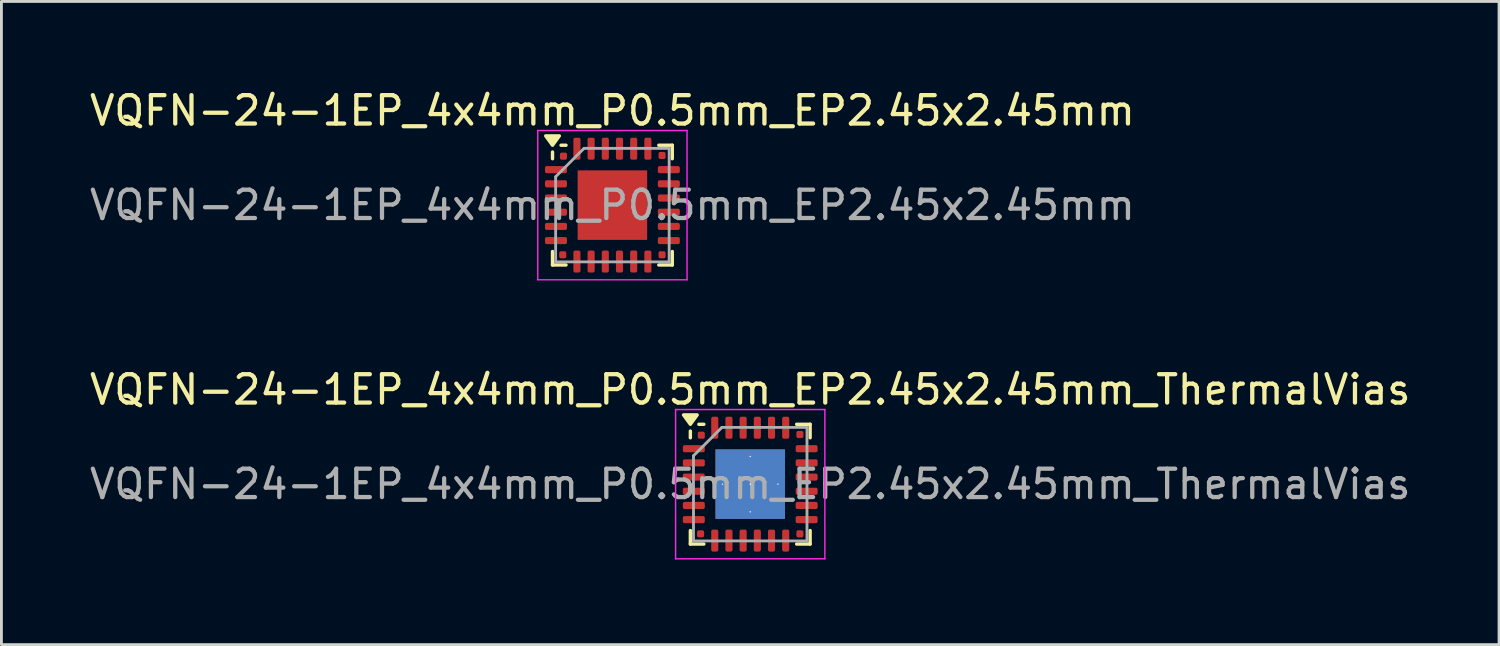
<source format=kicad_pcb>
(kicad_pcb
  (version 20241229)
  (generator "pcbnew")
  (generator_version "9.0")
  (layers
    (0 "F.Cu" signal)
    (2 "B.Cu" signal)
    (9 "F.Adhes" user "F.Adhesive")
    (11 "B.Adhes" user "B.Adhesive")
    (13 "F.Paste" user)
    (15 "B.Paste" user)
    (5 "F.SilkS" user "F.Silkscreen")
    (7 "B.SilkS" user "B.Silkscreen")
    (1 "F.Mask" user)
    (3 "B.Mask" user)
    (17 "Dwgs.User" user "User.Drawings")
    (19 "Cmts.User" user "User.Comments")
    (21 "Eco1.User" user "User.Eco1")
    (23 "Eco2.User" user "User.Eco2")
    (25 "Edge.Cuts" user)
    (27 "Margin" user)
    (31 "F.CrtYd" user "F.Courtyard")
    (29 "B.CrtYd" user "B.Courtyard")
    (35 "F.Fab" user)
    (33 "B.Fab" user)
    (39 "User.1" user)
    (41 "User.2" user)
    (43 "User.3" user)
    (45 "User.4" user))
  (footprint "VQFN-24-1EP_4x4mm_P0.5mm_EP2.45x2.45mm"
    (layer "F.Cu")
    (at 18.53 4.178)
    (property "Reference" "VQFN-24-1EP_4x4mm_P0.5mm_EP2.45x2.45mm" (at 0 -3.33 0) (layer "F.SilkS") (effects (font (size 1 1) (thickness 0.15))))
    (attr smd)
    (fp_line (start -2.11 -1.635) (end -2.11 -1.87) (stroke (width 0.12) (type solid)) (layer "F.SilkS"))
    (fp_line (start -2.11 2.11) (end -2.11 1.635) (stroke (width 0.12) (type solid)) (layer "F.SilkS"))
    (fp_line (start -1.635 -2.11) (end -1.81 -2.11) (stroke (width 0.12) (type solid)) (layer "F.SilkS"))
    (fp_line (start -1.635 2.11) (end -2.11 2.11) (stroke (width 0.12) (type solid)) (layer "F.SilkS"))
    (fp_line (start 1.635 -2.11) (end 2.11 -2.11) (stroke (width 0.12) (type solid)) (layer "F.SilkS"))
    (fp_line (start 1.635 2.11) (end 2.11 2.11) (stroke (width 0.12) (type solid)) (layer "F.SilkS"))
    (fp_line (start 2.11 -2.11) (end 2.11 -1.635) (stroke (width 0.12) (type solid)) (layer "F.SilkS"))
    (fp_line (start 2.11 2.11) (end 2.11 1.635) (stroke (width 0.12) (type solid)) (layer "F.SilkS"))
    (fp_poly (pts (xy -2.11 -2.11) (xy -2.35 -2.44) (xy -1.87 -2.44) (xy -2.11 -2.11)) (stroke (width 0.12) (type solid)) (fill yes) (layer "F.SilkS"))
    (fp_line (start -2.63 -2.63) (end -2.63 2.63) (stroke (width 0.05) (type solid)) (layer "F.CrtYd"))
    (fp_line (start -2.63 2.63) (end 2.63 2.63) (stroke (width 0.05) (type solid)) (layer "F.CrtYd"))
    (fp_line (start 2.63 -2.63) (end -2.63 -2.63) (stroke (width 0.05) (type solid)) (layer "F.CrtYd"))
    (fp_line (start 2.63 2.63) (end 2.63 -2.63) (stroke (width 0.05) (type solid)) (layer "F.CrtYd"))
    (fp_line (start -2 -1) (end -1 -2) (stroke (width 0.1) (type solid)) (layer "F.Fab"))
    (fp_line (start -2 2) (end -2 -1) (stroke (width 0.1) (type solid)) (layer "F.Fab"))
    (fp_line (start -1 -2) (end 2 -2) (stroke (width 0.1) (type solid)) (layer "F.Fab"))
    (fp_line (start 2 -2) (end 2 2) (stroke (width 0.1) (type solid)) (layer "F.Fab"))
    (fp_line (start 2 2) (end -2 2) (stroke (width 0.1) (type solid)) (layer "F.Fab"))
    (fp_text user "${REFERENCE}" (at 0 0 0) (layer "F.Fab") (effects (font (size 1 1) (thickness 0.15))))
    (pad "" smd roundrect (at -0.82 -0.82) (size 0.66 0.66) (layers "F.Paste") (roundrect_rratio 0.25))
    (pad "" smd roundrect (at -0.82 0) (size 0.66 0.66) (layers "F.Paste") (roundrect_rratio 0.25))
    (pad "" smd roundrect (at -0.82 0.82) (size 0.66 0.66) (layers "F.Paste") (roundrect_rratio 0.25))
    (pad "" smd roundrect (at 0 -0.82) (size 0.66 0.66) (layers "F.Paste") (roundrect_rratio 0.25))
    (pad "" smd roundrect (at 0 0) (size 0.66 0.66) (layers "F.Paste") (roundrect_rratio 0.25))
    (pad "" smd roundrect (at 0 0.82) (size 0.66 0.66) (layers "F.Paste") (roundrect_rratio 0.25))
    (pad "" smd roundrect (at 0.82 -0.82) (size 0.66 0.66) (layers "F.Paste") (roundrect_rratio 0.25))
    (pad "" smd roundrect (at 0.82 0) (size 0.66 0.66) (layers "F.Paste") (roundrect_rratio 0.25))
    (pad "" smd roundrect (at 0.82 0.82) (size 0.66 0.66) (layers "F.Paste") (roundrect_rratio 0.25))
    (pad "1" smd roundrect (at -1.988 -1.25) (size 0.775 0.25) (layers "F.Cu" "F.Mask" "F.Paste") (roundrect_rratio 0.25))
    (pad "2" smd roundrect (at -1.988 -0.75) (size 0.775 0.25) (layers "F.Cu" "F.Mask" "F.Paste") (roundrect_rratio 0.25))
    (pad "3" smd roundrect (at -1.988 -0.25) (size 0.775 0.25) (layers "F.Cu" "F.Mask" "F.Paste") (roundrect_rratio 0.25))
    (pad "4" smd roundrect (at -1.988 0.25) (size 0.775 0.25) (layers "F.Cu" "F.Mask" "F.Paste") (roundrect_rratio 0.25))
    (pad "5" smd roundrect (at -1.988 0.75) (size 0.775 0.25) (layers "F.Cu" "F.Mask" "F.Paste") (roundrect_rratio 0.25))
    (pad "6" smd roundrect (at -1.988 1.25) (size 0.775 0.25) (layers "F.Cu" "F.Mask" "F.Paste") (roundrect_rratio 0.25))
    (pad "7" smd roundrect (at -1.25 1.988) (size 0.25 0.775) (layers "F.Cu" "F.Mask" "F.Paste") (roundrect_rratio 0.25))
    (pad "8" smd roundrect (at -0.75 1.988) (size 0.25 0.775) (layers "F.Cu" "F.Mask" "F.Paste") (roundrect_rratio 0.25))
    (pad "9" smd roundrect (at -0.25 1.988) (size 0.25 0.775) (layers "F.Cu" "F.Mask" "F.Paste") (roundrect_rratio 0.25))
    (pad "10" smd roundrect (at 0.25 1.988) (size 0.25 0.775) (layers "F.Cu" "F.Mask" "F.Paste") (roundrect_rratio 0.25))
    (pad "11" smd roundrect (at 0.75 1.988) (size 0.25 0.775) (layers "F.Cu" "F.Mask" "F.Paste") (roundrect_rratio 0.25))
    (pad "12" smd roundrect (at 1.25 1.988) (size 0.25 0.775) (layers "F.Cu" "F.Mask" "F.Paste") (roundrect_rratio 0.25))
    (pad "13" smd roundrect (at 1.988 1.25) (size 0.775 0.25) (layers "F.Cu" "F.Mask" "F.Paste") (roundrect_rratio 0.25))
    (pad "14" smd roundrect (at 1.988 0.75) (size 0.775 0.25) (layers "F.Cu" "F.Mask" "F.Paste") (roundrect_rratio 0.25))
    (pad "15" smd roundrect (at 1.988 0.25) (size 0.775 0.25) (layers "F.Cu" "F.Mask" "F.Paste") (roundrect_rratio 0.25))
    (pad "16" smd roundrect (at 1.988 -0.25) (size 0.775 0.25) (layers "F.Cu" "F.Mask" "F.Paste") (roundrect_rratio 0.25))
    (pad "17" smd roundrect (at 1.988 -0.75) (size 0.775 0.25) (layers "F.Cu" "F.Mask" "F.Paste") (roundrect_rratio 0.25))
    (pad "18" smd roundrect (at 1.988 -1.25) (size 0.775 0.25) (layers "F.Cu" "F.Mask" "F.Paste") (roundrect_rratio 0.25))
    (pad "19" smd roundrect (at 1.25 -1.988) (size 0.25 0.775) (layers "F.Cu" "F.Mask" "F.Paste") (roundrect_rratio 0.25))
    (pad "20" smd roundrect (at 0.75 -1.988) (size 0.25 0.775) (layers "F.Cu" "F.Mask" "F.Paste") (roundrect_rratio 0.25))
    (pad "21" smd roundrect (at 0.25 -1.988) (size 0.25 0.775) (layers "F.Cu" "F.Mask" "F.Paste") (roundrect_rratio 0.25))
    (pad "22" smd roundrect (at -0.25 -1.988) (size 0.25 0.775) (layers "F.Cu" "F.Mask" "F.Paste") (roundrect_rratio 0.25))
    (pad "23" smd roundrect (at -0.75 -1.988) (size 0.25 0.775) (layers "F.Cu" "F.Mask" "F.Paste") (roundrect_rratio 0.25))
    (pad "24" smd roundrect (at -1.25 -1.988) (size 0.25 0.775) (layers "F.Cu" "F.Mask" "F.Paste") (roundrect_rratio 0.25))
    (pad "25" smd rect (at 0 0) (size 2.45 2.45) (property pad_prop_heatsink) (layers "F.Cu" "F.Mask"))
    (pad "A1" smd roundrect (at -1.725 -1.725) (size 0.25 0.25) (layers "F.Cu" "F.Mask" "F.Paste") (roundrect_rratio 0.25))
    (pad "A2" smd roundrect (at -1.75 1.75) (size 0.25 0.25) (layers "F.Cu" "F.Mask" "F.Paste") (roundrect_rratio 0.25))
    (pad "A3" smd roundrect (at 1.75 1.75) (size 0.25 0.25) (layers "F.Cu" "F.Mask" "F.Paste") (roundrect_rratio 0.25))
    (pad "A4" smd roundrect (at 1.75 -1.75) (size 0.25 0.25) (layers "F.Cu" "F.Mask" "F.Paste") (roundrect_rratio 0.25)))
  (footprint "VQFN-24-1EP_4x4mm_P0.5mm_EP2.45x2.45mm_ThermalVias"
    (layer "F.Cu")
    (at 23.387 14.011)
    (property "Reference" "VQFN-24-1EP_4x4mm_P0.5mm_EP2.45x2.45mm_ThermalVias" (at 0 -3.33 0) (layer "F.SilkS") (effects (font (size 1 1) (thickness 0.15))))
    (attr smd)
    (fp_line (start -2.11 -1.635) (end -2.11 -1.87) (stroke (width 0.12) (type solid)) (layer "F.SilkS"))
    (fp_line (start -2.11 2.11) (end -2.11 1.635) (stroke (width 0.12) (type solid)) (layer "F.SilkS"))
    (fp_line (start -1.635 -2.11) (end -1.81 -2.11) (stroke (width 0.12) (type solid)) (layer "F.SilkS"))
    (fp_line (start -1.635 2.11) (end -2.11 2.11) (stroke (width 0.12) (type solid)) (layer "F.SilkS"))
    (fp_line (start 1.635 -2.11) (end 2.11 -2.11) (stroke (width 0.12) (type solid)) (layer "F.SilkS"))
    (fp_line (start 1.635 2.11) (end 2.11 2.11) (stroke (width 0.12) (type solid)) (layer "F.SilkS"))
    (fp_line (start 2.11 -2.11) (end 2.11 -1.635) (stroke (width 0.12) (type solid)) (layer "F.SilkS"))
    (fp_line (start 2.11 2.11) (end 2.11 1.635) (stroke (width 0.12) (type solid)) (layer "F.SilkS"))
    (fp_poly (pts (xy -2.11 -2.11) (xy -2.35 -2.44) (xy -1.87 -2.44) (xy -2.11 -2.11)) (stroke (width 0.12) (type solid)) (fill yes) (layer "F.SilkS"))
    (fp_line (start -2.63 -2.63) (end -2.63 2.63) (stroke (width 0.05) (type solid)) (layer "F.CrtYd"))
    (fp_line (start -2.63 2.63) (end 2.63 2.63) (stroke (width 0.05) (type solid)) (layer "F.CrtYd"))
    (fp_line (start 2.63 -2.63) (end -2.63 -2.63) (stroke (width 0.05) (type solid)) (layer "F.CrtYd"))
    (fp_line (start 2.63 2.63) (end 2.63 -2.63) (stroke (width 0.05) (type solid)) (layer "F.CrtYd"))
    (fp_line (start -2 -1) (end -1 -2) (stroke (width 0.1) (type solid)) (layer "F.Fab"))
    (fp_line (start -2 2) (end -2 -1) (stroke (width 0.1) (type solid)) (layer "F.Fab"))
    (fp_line (start -1 -2) (end 2 -2) (stroke (width 0.1) (type solid)) (layer "F.Fab"))
    (fp_line (start 2 -2) (end 2 2) (stroke (width 0.1) (type solid)) (layer "F.Fab"))
    (fp_line (start 2 2) (end -2 2) (stroke (width 0.1) (type solid)) (layer "F.Fab"))
    (fp_text user "${REFERENCE}" (at 0 0 0) (layer "F.Fab") (effects (font (size 1 1) (thickness 0.15))))
    (pad "" smd custom (at -0.487 -0.487) (size 0.756 0.756) (layers "F.Paste") (options (anchor circle)) (primitives (gr_poly (pts (xy -0.301 -0.175) (xy -0.175 -0.301) (xy 0.175 -0.301) (xy 0.301 -0.175) (xy 0.301 0.175) (xy 0.175 0.301) (xy -0.175 0.301) (xy -0.301 0.175)) (width 0.306) (fill yes))))
    (pad "" smd custom (at -0.487 0.487) (size 0.756 0.756) (layers "F.Paste") (options (anchor circle)) (primitives (gr_poly (pts (xy -0.301 -0.175) (xy -0.175 -0.301) (xy 0.175 -0.301) (xy 0.301 -0.175) (xy 0.301 0.175) (xy 0.175 0.301) (xy -0.175 0.301) (xy -0.301 0.175)) (width 0.306) (fill yes))))
    (pad "" smd custom (at 0.487 -0.487) (size 0.756 0.756) (layers "F.Paste") (options (anchor circle)) (primitives (gr_poly (pts (xy -0.301 -0.175) (xy -0.175 -0.301) (xy 0.175 -0.301) (xy 0.301 -0.175) (xy 0.301 0.175) (xy 0.175 0.301) (xy -0.175 0.301) (xy -0.301 0.175)) (width 0.306) (fill yes))))
    (pad "" smd custom (at 0.487 0.487) (size 0.756 0.756) (layers "F.Paste") (options (anchor circle)) (primitives (gr_poly (pts (xy -0.301 -0.175) (xy -0.175 -0.301) (xy 0.175 -0.301) (xy 0.301 -0.175) (xy 0.301 0.175) (xy 0.175 0.301) (xy -0.175 0.301) (xy -0.301 0.175)) (width 0.306) (fill yes))))
    (pad "1" smd roundrect (at -1.988 -1.25) (size 0.775 0.25) (layers "F.Cu" "F.Mask" "F.Paste") (roundrect_rratio 0.25))
    (pad "2" smd roundrect (at -1.988 -0.75) (size 0.775 0.25) (layers "F.Cu" "F.Mask" "F.Paste") (roundrect_rratio 0.25))
    (pad "3" smd roundrect (at -1.988 -0.25) (size 0.775 0.25) (layers "F.Cu" "F.Mask" "F.Paste") (roundrect_rratio 0.25))
    (pad "4" smd roundrect (at -1.988 0.25) (size 0.775 0.25) (layers "F.Cu" "F.Mask" "F.Paste") (roundrect_rratio 0.25))
    (pad "5" smd roundrect (at -1.988 0.75) (size 0.775 0.25) (layers "F.Cu" "F.Mask" "F.Paste") (roundrect_rratio 0.25))
    (pad "6" smd roundrect (at -1.988 1.25) (size 0.775 0.25) (layers "F.Cu" "F.Mask" "F.Paste") (roundrect_rratio 0.25))
    (pad "7" smd roundrect (at -1.25 1.988) (size 0.25 0.775) (layers "F.Cu" "F.Mask" "F.Paste") (roundrect_rratio 0.25))
    (pad "8" smd roundrect (at -0.75 1.988) (size 0.25 0.775) (layers "F.Cu" "F.Mask" "F.Paste") (roundrect_rratio 0.25))
    (pad "9" smd roundrect (at -0.25 1.988) (size 0.25 0.775) (layers "F.Cu" "F.Mask" "F.Paste") (roundrect_rratio 0.25))
    (pad "10" smd roundrect (at 0.25 1.988) (size 0.25 0.775) (layers "F.Cu" "F.Mask" "F.Paste") (roundrect_rratio 0.25))
    (pad "11" smd roundrect (at 0.75 1.988) (size 0.25 0.775) (layers "F.Cu" "F.Mask" "F.Paste") (roundrect_rratio 0.25))
    (pad "12" smd roundrect (at 1.25 1.988) (size 0.25 0.775) (layers "F.Cu" "F.Mask" "F.Paste") (roundrect_rratio 0.25))
    (pad "13" smd roundrect (at 1.988 1.25) (size 0.775 0.25) (layers "F.Cu" "F.Mask" "F.Paste") (roundrect_rratio 0.25))
    (pad "14" smd roundrect (at 1.988 0.75) (size 0.775 0.25) (layers "F.Cu" "F.Mask" "F.Paste") (roundrect_rratio 0.25))
    (pad "15" smd roundrect (at 1.988 0.25) (size 0.775 0.25) (layers "F.Cu" "F.Mask" "F.Paste") (roundrect_rratio 0.25))
    (pad "16" smd roundrect (at 1.988 -0.25) (size 0.775 0.25) (layers "F.Cu" "F.Mask" "F.Paste") (roundrect_rratio 0.25))
    (pad "17" smd roundrect (at 1.988 -0.75) (size 0.775 0.25) (layers "F.Cu" "F.Mask" "F.Paste") (roundrect_rratio 0.25))
    (pad "18" smd roundrect (at 1.988 -1.25) (size 0.775 0.25) (layers "F.Cu" "F.Mask" "F.Paste") (roundrect_rratio 0.25))
    (pad "19" smd roundrect (at 1.25 -1.988) (size 0.25 0.775) (layers "F.Cu" "F.Mask" "F.Paste") (roundrect_rratio 0.25))
    (pad "20" smd roundrect (at 0.75 -1.988) (size 0.25 0.775) (layers "F.Cu" "F.Mask" "F.Paste") (roundrect_rratio 0.25))
    (pad "21" smd roundrect (at 0.25 -1.988) (size 0.25 0.775) (layers "F.Cu" "F.Mask" "F.Paste") (roundrect_rratio 0.25))
    (pad "22" smd roundrect (at -0.25 -1.988) (size 0.25 0.775) (layers "F.Cu" "F.Mask" "F.Paste") (roundrect_rratio 0.25))
    (pad "23" smd roundrect (at -0.75 -1.988) (size 0.25 0.775) (layers "F.Cu" "F.Mask" "F.Paste") (roundrect_rratio 0.25))
    (pad "24" smd roundrect (at -1.25 -1.988) (size 0.25 0.775) (layers "F.Cu" "F.Mask" "F.Paste") (roundrect_rratio 0.25))
    (pad "25" thru_hole circle (at -0.975 0) (size 0.2 0.2) (drill 0.05) (property pad_prop_heatsink) (layers "*.Cu"))
    (pad "25" thru_hole circle (at 0 -0.975) (size 0.2 0.2) (drill 0.05) (property pad_prop_heatsink) (layers "*.Cu"))
    (pad "25" thru_hole circle (at 0 0) (size 0.2 0.2) (drill 0.05) (property pad_prop_heatsink) (layers "*.Cu"))
    (pad "25" smd rect (at 0 0) (size 2.45 2.45) (property pad_prop_heatsink) (layers "F.Cu" "F.Mask"))
    (pad "25" smd rect (at 0 0) (size 2.45 2.45) (property pad_prop_heatsink) (layers "B.Cu"))
    (pad "25" thru_hole circle (at 0 0.975) (size 0.2 0.2) (drill 0.05) (property pad_prop_heatsink) (layers "*.Cu"))
    (pad "25" thru_hole circle (at 0.975 0) (size 0.2 0.2) (drill 0.05) (property pad_prop_heatsink) (layers "*.Cu"))
    (pad "A1" smd roundrect (at -1.725 -1.725) (size 0.25 0.25) (layers "F.Cu" "F.Mask" "F.Paste") (roundrect_rratio 0.25))
    (pad "A2" smd roundrect (at -1.75 1.75) (size 0.25 0.25) (layers "F.Cu" "F.Mask" "F.Paste") (roundrect_rratio 0.25))
    (pad "A3" smd roundrect (at 1.75 1.75) (size 0.25 0.25) (layers "F.Cu" "F.Mask" "F.Paste") (roundrect_rratio 0.25))
    (pad "A4" smd roundrect (at 1.75 -1.75) (size 0.25 0.25) (layers "F.Cu" "F.Mask" "F.Paste") (roundrect_rratio 0.25)))
  (gr_rect
    (start -3 -3)
    (end 49.774 19.666)
    (stroke (width 0.1) (type default))
    (fill no)
    (layer "Edge.Cuts")))
</source>
